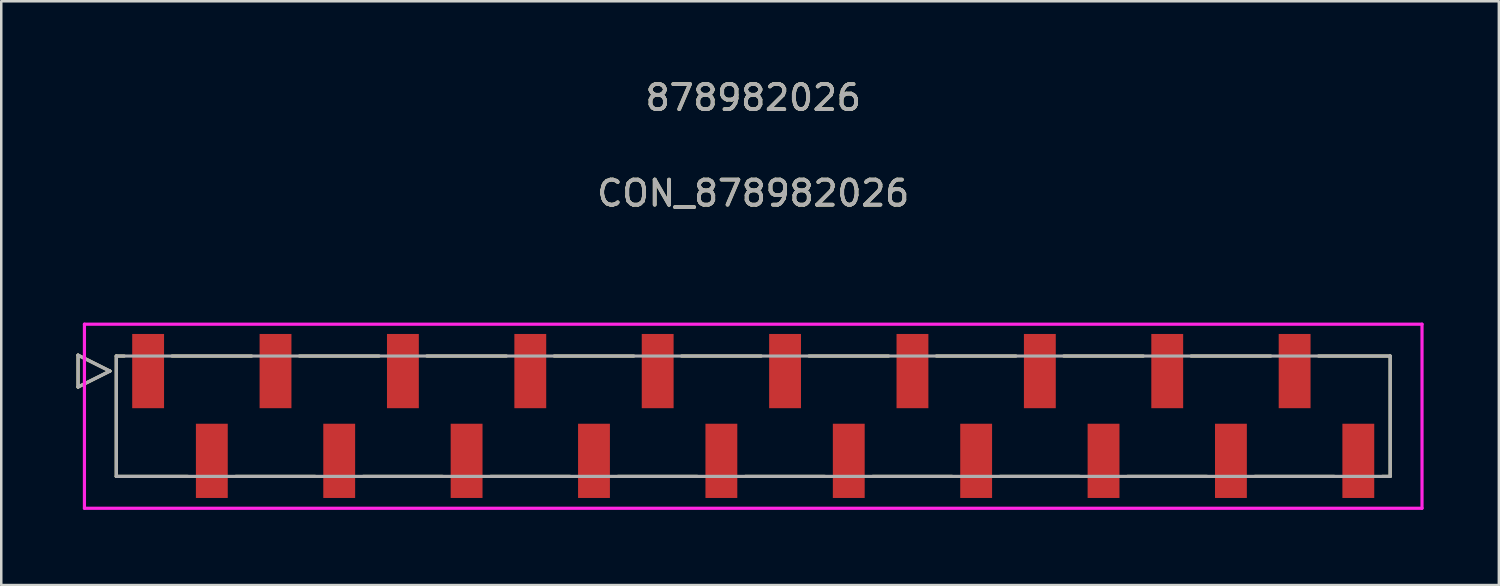
<source format=kicad_pcb>
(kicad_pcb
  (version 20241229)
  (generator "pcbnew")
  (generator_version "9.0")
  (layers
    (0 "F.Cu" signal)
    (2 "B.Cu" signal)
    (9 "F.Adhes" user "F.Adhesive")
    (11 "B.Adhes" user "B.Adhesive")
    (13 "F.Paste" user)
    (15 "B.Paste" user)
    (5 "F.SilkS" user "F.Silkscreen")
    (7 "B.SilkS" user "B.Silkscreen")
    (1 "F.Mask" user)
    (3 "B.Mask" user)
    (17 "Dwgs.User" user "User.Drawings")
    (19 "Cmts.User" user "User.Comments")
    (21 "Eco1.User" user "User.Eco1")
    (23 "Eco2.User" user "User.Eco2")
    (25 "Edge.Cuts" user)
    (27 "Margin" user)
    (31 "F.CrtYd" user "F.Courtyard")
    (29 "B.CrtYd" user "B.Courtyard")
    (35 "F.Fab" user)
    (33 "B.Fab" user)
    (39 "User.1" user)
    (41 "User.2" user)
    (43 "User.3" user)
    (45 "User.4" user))
  (footprint "CON_878982026"
    (layer "F.Cu")
    (at 26.987 13.548)
    (property "Reference" "CON_878982026" (at 0 -8.89 0) (unlocked yes) (layer "F.SilkS") (effects (font (size 1 1) (thickness 0.15))))
    (attr smd)
    (fp_line (start -26.924 -2.435) (end -26.924 -1.165) (stroke (width 0.127) (type solid)) (layer "F.SilkS"))
    (fp_line (start -26.924 -1.165) (end -25.654 -1.8) (stroke (width 0.127) (type solid)) (layer "F.SilkS"))
    (fp_line (start -25.654 -1.8) (end -26.924 -2.435) (stroke (width 0.127) (type solid)) (layer "F.SilkS"))
    (fp_line (start -25.4 -2.4) (end -25.4 2.4) (stroke (width 0.127) (type solid)) (layer "F.SilkS"))
    (fp_line (start -25.4 2.4) (end -22.545 2.4) (stroke (width 0.127) (type solid)) (layer "F.SilkS"))
    (fp_line (start -25.085 -2.4) (end -25.4 -2.4) (stroke (width 0.127) (type solid)) (layer "F.SilkS"))
    (fp_line (start -20.635 2.4) (end -17.465 2.4) (stroke (width 0.127) (type solid)) (layer "F.SilkS"))
    (fp_line (start -20.005 -2.4) (end -23.175 -2.4) (stroke (width 0.127) (type solid)) (layer "F.SilkS"))
    (fp_line (start -15.555 2.4) (end -12.385 2.4) (stroke (width 0.127) (type solid)) (layer "F.SilkS"))
    (fp_line (start -14.925 -2.4) (end -18.095 -2.4) (stroke (width 0.127) (type solid)) (layer "F.SilkS"))
    (fp_line (start -10.475 2.4) (end -7.305 2.4) (stroke (width 0.127) (type solid)) (layer "F.SilkS"))
    (fp_line (start -9.845 -2.4) (end -13.015 -2.4) (stroke (width 0.127) (type solid)) (layer "F.SilkS"))
    (fp_line (start -5.395 2.4) (end -2.225 2.4) (stroke (width 0.127) (type solid)) (layer "F.SilkS"))
    (fp_line (start -4.765 -2.4) (end -7.935 -2.4) (stroke (width 0.127) (type solid)) (layer "F.SilkS"))
    (fp_line (start -0.315 2.4) (end 2.855 2.4) (stroke (width 0.127) (type solid)) (layer "F.SilkS"))
    (fp_line (start 0.315 -2.4) (end -2.855 -2.4) (stroke (width 0.127) (type solid)) (layer "F.SilkS"))
    (fp_line (start 4.765 2.4) (end 7.935 2.4) (stroke (width 0.127) (type solid)) (layer "F.SilkS"))
    (fp_line (start 5.395 -2.4) (end 2.225 -2.4) (stroke (width 0.127) (type solid)) (layer "F.SilkS"))
    (fp_line (start 9.845 2.4) (end 13.015 2.4) (stroke (width 0.127) (type solid)) (layer "F.SilkS"))
    (fp_line (start 10.475 -2.4) (end 7.305 -2.4) (stroke (width 0.127) (type solid)) (layer "F.SilkS"))
    (fp_line (start 14.925 2.4) (end 18.095 2.4) (stroke (width 0.127) (type solid)) (layer "F.SilkS"))
    (fp_line (start 15.555 -2.4) (end 12.385 -2.4) (stroke (width 0.127) (type solid)) (layer "F.SilkS"))
    (fp_line (start 20.005 2.4) (end 23.175 2.4) (stroke (width 0.127) (type solid)) (layer "F.SilkS"))
    (fp_line (start 20.635 -2.4) (end 17.465 -2.4) (stroke (width 0.127) (type solid)) (layer "F.SilkS"))
    (fp_line (start 25.085 2.4) (end 25.4 2.4) (stroke (width 0.127) (type solid)) (layer "F.SilkS"))
    (fp_line (start 25.4 -2.4) (end 22.545 -2.4) (stroke (width 0.127) (type solid)) (layer "F.SilkS"))
    (fp_line (start 25.4 2.4) (end 25.4 -2.4) (stroke (width 0.127) (type solid)) (layer "F.SilkS"))
    (fp_line (start -26.67 -3.67) (end -26.67 3.67) (stroke (width 0.127) (type solid)) (layer "F.CrtYd"))
    (fp_line (start -26.67 3.67) (end 26.67 3.67) (stroke (width 0.127) (type solid)) (layer "F.CrtYd"))
    (fp_line (start 26.67 -3.67) (end -26.67 -3.67) (stroke (width 0.127) (type solid)) (layer "F.CrtYd"))
    (fp_line (start 26.67 3.67) (end 26.67 -3.67) (stroke (width 0.127) (type solid)) (layer "F.CrtYd"))
    (fp_line (start -26.924 -2.435) (end -26.924 -1.165) (stroke (width 0.127) (type solid)) (layer "F.Fab"))
    (fp_line (start -26.924 -1.165) (end -25.654 -1.8) (stroke (width 0.127) (type solid)) (layer "F.Fab"))
    (fp_line (start -25.654 -1.8) (end -26.924 -2.435) (stroke (width 0.127) (type solid)) (layer "F.Fab"))
    (fp_line (start -25.4 -2.4) (end -25.4 2.4) (stroke (width 0.127) (type solid)) (layer "F.Fab"))
    (fp_line (start -25.4 2.4) (end 25.4 2.4) (stroke (width 0.127) (type solid)) (layer "F.Fab"))
    (fp_line (start 25.4 -2.4) (end -25.4 -2.4) (stroke (width 0.127) (type solid)) (layer "F.Fab"))
    (fp_line (start 25.4 2.4) (end 25.4 -2.4) (stroke (width 0.127) (type solid)) (layer "F.Fab"))
    (fp_text user "878982026" (at 0 -12.7 0) (unlocked yes) (layer "F.SilkS") (effects (font (size 1 1) (thickness 0.15))))
    (fp_text user "${REFERENCE}" (at 0 -8.89 0) (unlocked yes) (layer "F.Fab") (effects (font (size 1 1) (thickness 0.15))))
    (fp_text user "878982026" (at 0 -12.7 0) (unlocked yes) (layer "F.Fab") (effects (font (size 1 1) (thickness 0.15))))
    (pad "1" smd rect (at -24.13 -1.8) (size 1.27 2.96) (layers "F.Cu" "F.Mask" "F.Paste"))
    (pad "2" smd rect (at -21.59 1.78) (size 1.27 2.96) (layers "F.Cu" "F.Mask" "F.Paste"))
    (pad "3" smd rect (at -19.05 -1.8) (size 1.27 2.96) (layers "F.Cu" "F.Mask" "F.Paste"))
    (pad "4" smd rect (at -16.51 1.78) (size 1.27 2.96) (layers "F.Cu" "F.Mask" "F.Paste"))
    (pad "5" smd rect (at -13.97 -1.8) (size 1.27 2.96) (layers "F.Cu" "F.Mask" "F.Paste"))
    (pad "6" smd rect (at -11.43 1.78) (size 1.27 2.96) (layers "F.Cu" "F.Mask" "F.Paste"))
    (pad "7" smd rect (at -8.89 -1.8) (size 1.27 2.96) (layers "F.Cu" "F.Mask" "F.Paste"))
    (pad "8" smd rect (at -6.35 1.78) (size 1.27 2.96) (layers "F.Cu" "F.Mask" "F.Paste"))
    (pad "9" smd rect (at -3.81 -1.8) (size 1.27 2.96) (layers "F.Cu" "F.Mask" "F.Paste"))
    (pad "10" smd rect (at -1.27 1.78) (size 1.27 2.96) (layers "F.Cu" "F.Mask" "F.Paste"))
    (pad "11" smd rect (at 1.27 -1.8) (size 1.27 2.96) (layers "F.Cu" "F.Mask" "F.Paste"))
    (pad "12" smd rect (at 3.81 1.78) (size 1.27 2.96) (layers "F.Cu" "F.Mask" "F.Paste"))
    (pad "13" smd rect (at 6.35 -1.8) (size 1.27 2.96) (layers "F.Cu" "F.Mask" "F.Paste"))
    (pad "14" smd rect (at 8.89 1.78) (size 1.27 2.96) (layers "F.Cu" "F.Mask" "F.Paste"))
    (pad "15" smd rect (at 11.43 -1.8) (size 1.27 2.96) (layers "F.Cu" "F.Mask" "F.Paste"))
    (pad "16" smd rect (at 13.97 1.78) (size 1.27 2.96) (layers "F.Cu" "F.Mask" "F.Paste"))
    (pad "17" smd rect (at 16.51 -1.8) (size 1.27 2.96) (layers "F.Cu" "F.Mask" "F.Paste"))
    (pad "18" smd rect (at 19.05 1.78) (size 1.27 2.96) (layers "F.Cu" "F.Mask" "F.Paste"))
    (pad "19" smd rect (at 21.59 -1.8) (size 1.27 2.96) (layers "F.Cu" "F.Mask" "F.Paste"))
    (pad "20" smd rect (at 24.13 1.78) (size 1.27 2.96) (layers "F.Cu" "F.Mask" "F.Paste")))
  (gr_rect
    (start -3 -3)
    (end 56.721 20.282)
    (stroke (width 0.1) (type default))
    (fill no)
    (layer "Edge.Cuts")))
</source>
